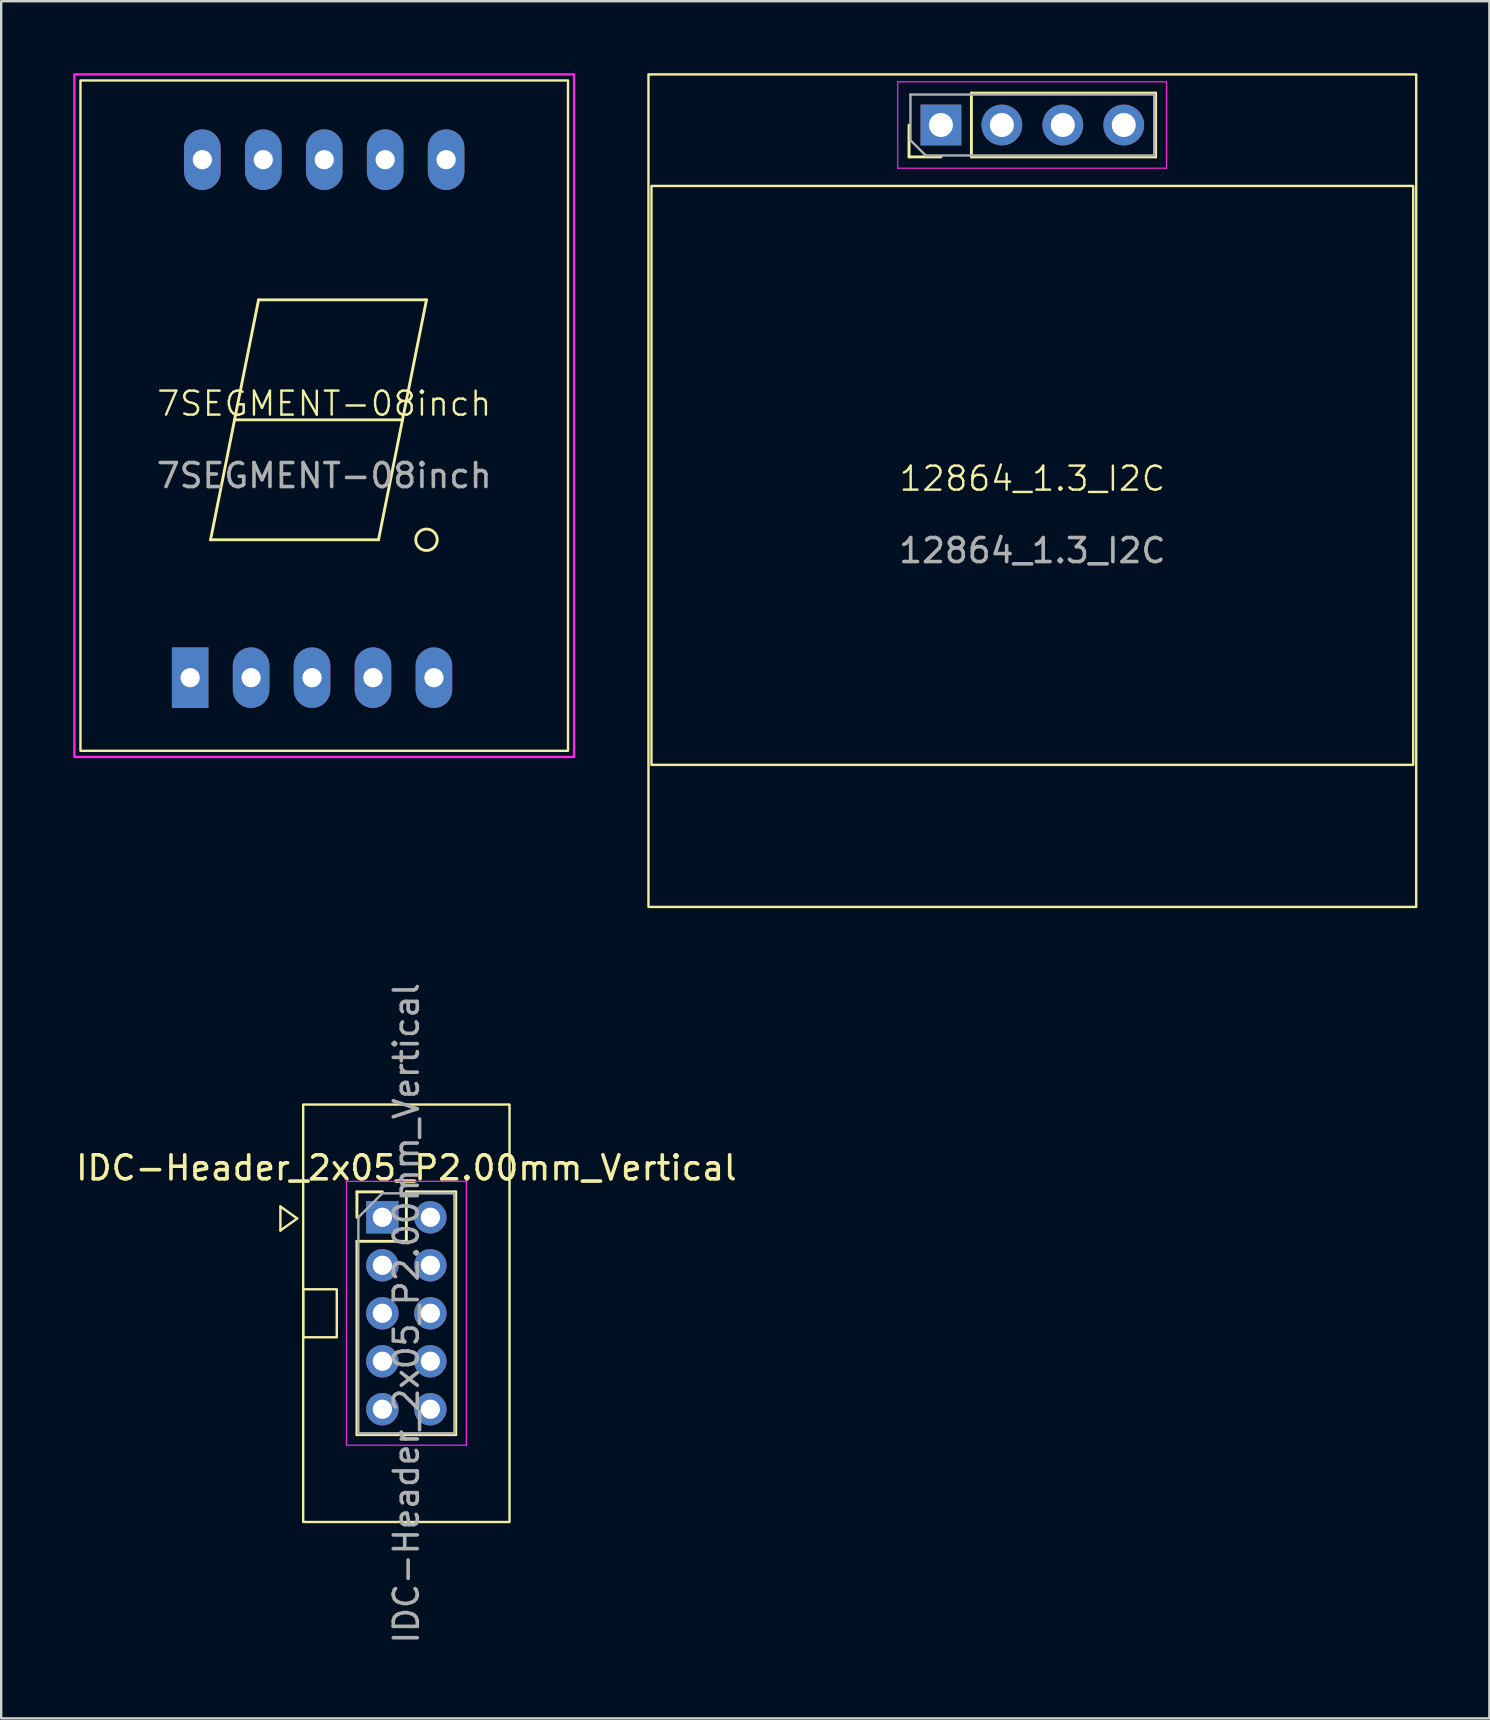
<source format=kicad_pcb>
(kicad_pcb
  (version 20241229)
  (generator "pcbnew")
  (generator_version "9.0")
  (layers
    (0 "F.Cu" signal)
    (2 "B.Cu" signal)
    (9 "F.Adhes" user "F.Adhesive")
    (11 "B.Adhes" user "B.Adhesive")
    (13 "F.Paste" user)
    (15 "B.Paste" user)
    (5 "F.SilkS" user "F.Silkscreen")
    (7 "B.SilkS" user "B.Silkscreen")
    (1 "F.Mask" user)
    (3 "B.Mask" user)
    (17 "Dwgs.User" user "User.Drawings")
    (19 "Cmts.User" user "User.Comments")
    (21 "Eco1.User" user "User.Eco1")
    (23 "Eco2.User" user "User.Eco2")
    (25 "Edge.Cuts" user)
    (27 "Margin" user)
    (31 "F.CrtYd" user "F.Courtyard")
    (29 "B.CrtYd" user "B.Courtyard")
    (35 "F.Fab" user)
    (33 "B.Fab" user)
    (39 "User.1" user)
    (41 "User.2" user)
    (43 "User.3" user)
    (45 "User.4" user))
  (footprint "IDC-Header_2x05_P2.00mm_Vertical"
    (layer "F.Cu")
    (at 12.887 47.687)
    (property "Reference" "IDC-Header_2x05_P2.00mm_Vertical" (at 1 -2.06 0) (layer "F.SilkS") (effects (font (size 1 1) (thickness 0.15))))
    (attr through_hole)
    (fp_line (start -4.25 -0.45) (end -4.25 0.55) (stroke (width 0.1) (type default)) (layer "F.SilkS"))
    (fp_line (start -4.25 0.55) (end -3.55 0.05) (stroke (width 0.1) (type default)) (layer "F.SilkS"))
    (fp_line (start -3.55 0.05) (end -4.25 -0.45) (stroke (width 0.1) (type default)) (layer "F.SilkS"))
    (fp_line (start -1.06 -1.06) (end 0 -1.06) (stroke (width 0.12) (type solid)) (layer "F.SilkS"))
    (fp_line (start -1.06 0) (end -1.06 -1.06) (stroke (width 0.12) (type solid)) (layer "F.SilkS"))
    (fp_line (start -1.06 1) (end -1.06 9.06) (stroke (width 0.12) (type solid)) (layer "F.SilkS"))
    (fp_line (start -1.06 1) (end 1 1) (stroke (width 0.12) (type solid)) (layer "F.SilkS"))
    (fp_line (start -1.06 9.06) (end 3.06 9.06) (stroke (width 0.12) (type solid)) (layer "F.SilkS"))
    (fp_line (start 1 -1.06) (end 3.06 -1.06) (stroke (width 0.12) (type solid)) (layer "F.SilkS"))
    (fp_line (start 1 1) (end 1 -1.06) (stroke (width 0.12) (type solid)) (layer "F.SilkS"))
    (fp_line (start 3.06 -1.06) (end 3.06 9.06) (stroke (width 0.12) (type solid)) (layer "F.SilkS"))
    (fp_rect (start -3.3 -4.7) (end 5.3 12.7) (stroke (width 0.1) (type default)) (fill no) (layer "F.SilkS"))
    (fp_rect (start -3.3 3) (end -1.9 5) (stroke (width 0.1) (type default)) (fill no) (layer "F.SilkS"))
    (fp_line (start -1.5 -1.5) (end -1.5 9.5) (stroke (width 0.05) (type solid)) (layer "F.CrtYd"))
    (fp_line (start -1.5 9.5) (end 3.5 9.5) (stroke (width 0.05) (type solid)) (layer "F.CrtYd"))
    (fp_line (start 3.5 -1.5) (end -1.5 -1.5) (stroke (width 0.05) (type solid)) (layer "F.CrtYd"))
    (fp_line (start 3.5 9.5) (end 3.5 -1.5) (stroke (width 0.05) (type solid)) (layer "F.CrtYd"))
    (fp_line (start -1 0) (end 0 -1) (stroke (width 0.1) (type solid)) (layer "F.Fab"))
    (fp_line (start -1 9) (end -1 0) (stroke (width 0.1) (type solid)) (layer "F.Fab"))
    (fp_line (start 0 -1) (end 3 -1) (stroke (width 0.1) (type solid)) (layer "F.Fab"))
    (fp_line (start 3 -1) (end 3 9) (stroke (width 0.1) (type solid)) (layer "F.Fab"))
    (fp_line (start 3 9) (end -1 9) (stroke (width 0.1) (type solid)) (layer "F.Fab"))
    (fp_text user "${REFERENCE}" (at 1 4 90) (layer "F.Fab") (effects (font (size 1 1) (thickness 0.15))))
    (pad "1" thru_hole rect (at 0 0) (size 1.35 1.35) (drill 0.8) (layers "*.Cu" "*.Mask"))
    (pad "2" thru_hole oval (at 2 0) (size 1.35 1.35) (drill 0.8) (layers "*.Cu" "*.Mask"))
    (pad "3" thru_hole oval (at 0 2) (size 1.35 1.35) (drill 0.8) (layers "*.Cu" "*.Mask"))
    (pad "4" thru_hole oval (at 2 2) (size 1.35 1.35) (drill 0.8) (layers "*.Cu" "*.Mask"))
    (pad "5" thru_hole oval (at 0 4) (size 1.35 1.35) (drill 0.8) (layers "*.Cu" "*.Mask"))
    (pad "6" thru_hole oval (at 2 4) (size 1.35 1.35) (drill 0.8) (layers "*.Cu" "*.Mask"))
    (pad "7" thru_hole oval (at 0 6) (size 1.35 1.35) (drill 0.8) (layers "*.Cu" "*.Mask"))
    (pad "8" thru_hole oval (at 2 6) (size 1.35 1.35) (drill 0.8) (layers "*.Cu" "*.Mask"))
    (pad "9" thru_hole oval (at 0 8) (size 1.35 1.35) (drill 0.8) (layers "*.Cu" "*.Mask"))
    (pad "10" thru_hole oval (at 2 8) (size 1.35 1.35) (drill 0.8) (layers "*.Cu" "*.Mask")))
  (footprint "7SEGMENT-08inch"
    (layer "F.Cu")
    (at 10.464 14.274)
    (property "Reference" "7SEGMENT-08inch" (at 0 -0.5 0) (unlocked yes) (layer "F.SilkS") (effects (font (size 1 1) (thickness 0.1))))
    (attr through_hole)
    (fp_line (start -4.738 5.174) (end 2.262 5.174) (stroke (width 0.12) (type solid)) (layer "F.SilkS"))
    (fp_line (start -3.738 0.174) (end -4.738 5.174) (stroke (width 0.12) (type solid)) (layer "F.SilkS"))
    (fp_line (start -2.738 -4.826) (end -3.738 0.174) (stroke (width 0.12) (type solid)) (layer "F.SilkS"))
    (fp_line (start -2.738 -4.826) (end 4.262 -4.826) (stroke (width 0.12) (type solid)) (layer "F.SilkS"))
    (fp_line (start 2.262 5.174) (end 3.262 0.174) (stroke (width 0.12) (type solid)) (layer "F.SilkS"))
    (fp_line (start 3.262 0.174) (end -3.738 0.174) (stroke (width 0.12) (type solid)) (layer "F.SilkS"))
    (fp_line (start 4.262 -4.826) (end 3.262 0.174) (stroke (width 0.12) (type solid)) (layer "F.SilkS"))
    (fp_rect (start -10.16 -13.97) (end 10.16 13.97) (stroke (width 0.1) (type default)) (fill no) (layer "F.SilkS"))
    (fp_circle (center 4.262 5.174) (end 4.262 4.727) (stroke (width 0.12) (type solid)) (fill no) (layer "F.SilkS"))
    (fp_rect (start 10.414 14.224) (end -10.414 -14.224) (stroke (width 0.1) (type default)) (fill no) (layer "F.CrtYd"))
    (fp_text user "${REFERENCE}" (at 0 2.5 0) (unlocked yes) (layer "F.Fab") (effects (font (size 1 1) (thickness 0.15))))
    (pad "1" thru_hole rect (at -5.588 10.922) (size 1.524 2.524) (drill 0.8) (layers "*.Cu" "*.Mask"))
    (pad "2" thru_hole oval (at -3.048 10.922) (size 1.524 2.524) (drill 0.8) (layers "*.Cu" "*.Mask"))
    (pad "3" thru_hole oval (at -0.508 10.922) (size 1.524 2.524) (drill 0.8) (layers "*.Cu" "*.Mask"))
    (pad "4" thru_hole oval (at 2.032 10.922) (size 1.524 2.524) (drill 0.8) (layers "*.Cu" "*.Mask"))
    (pad "5" thru_hole oval (at 4.572 10.922) (size 1.524 2.524) (drill 0.8) (layers "*.Cu" "*.Mask"))
    (pad "6" thru_hole oval (at 5.08 -10.668) (size 1.524 2.524) (drill 0.8) (layers "*.Cu" "*.Mask"))
    (pad "7" thru_hole oval (at 2.54 -10.668) (size 1.524 2.524) (drill 0.8) (layers "*.Cu" "*.Mask"))
    (pad "8" thru_hole oval (at 0 -10.668) (size 1.524 2.524) (drill 0.8) (layers "*.Cu" "*.Mask"))
    (pad "9" thru_hole oval (at -2.54 -10.668) (size 1.524 2.524) (drill 0.8) (layers "*.Cu" "*.Mask"))
    (pad "10" thru_hole oval (at -5.08 -10.668) (size 1.524 2.524) (drill 0.8) (layers "*.Cu" "*.Mask")))
  (footprint "12864_1.3_I2C"
    (layer "F.Cu")
    (at 39.978 17.4)
    (property "Reference" "12864_1.3_I2C" (at 0 -0.5 0) (unlocked yes) (layer "F.SilkS") (effects (font (size 1 1) (thickness 0.1))))
    (attr smd)
    (fp_line (start -5.14 -13.91) (end -5.14 -15.24) (stroke (width 0.12) (type solid)) (layer "F.SilkS"))
    (fp_line (start -3.81 -13.91) (end -5.14 -13.91) (stroke (width 0.12) (type solid)) (layer "F.SilkS"))
    (fp_line (start -2.54 -16.57) (end 5.14 -16.57) (stroke (width 0.12) (type solid)) (layer "F.SilkS"))
    (fp_line (start -2.54 -13.91) (end -2.54 -16.57) (stroke (width 0.12) (type solid)) (layer "F.SilkS"))
    (fp_line (start -2.54 -13.91) (end 5.14 -13.91) (stroke (width 0.12) (type solid)) (layer "F.SilkS"))
    (fp_line (start 5.14 -13.91) (end 5.14 -16.57) (stroke (width 0.12) (type solid)) (layer "F.SilkS"))
    (fp_rect (start -16 -17.35) (end 16 17.35) (stroke (width 0.1) (type default)) (fill no) (layer "F.SilkS"))
    (fp_rect (start 15.875 -12.7) (end -15.875 11.43) (stroke (width 0.1) (type default)) (fill no) (layer "F.SilkS"))
    (fp_line (start -5.61 -17.04) (end -5.61 -13.44) (stroke (width 0.05) (type solid)) (layer "F.CrtYd"))
    (fp_line (start -5.61 -13.44) (end 5.59 -13.44) (stroke (width 0.05) (type solid)) (layer "F.CrtYd"))
    (fp_line (start 5.59 -17.04) (end -5.61 -17.04) (stroke (width 0.05) (type solid)) (layer "F.CrtYd"))
    (fp_line (start 5.59 -13.44) (end 5.59 -17.04) (stroke (width 0.05) (type solid)) (layer "F.CrtYd"))
    (fp_line (start -5.08 -16.51) (end 5.08 -16.51) (stroke (width 0.1) (type solid)) (layer "F.Fab"))
    (fp_line (start -5.08 -14.605) (end -5.08 -16.51) (stroke (width 0.1) (type solid)) (layer "F.Fab"))
    (fp_line (start -4.445 -13.97) (end -5.08 -14.605) (stroke (width 0.1) (type solid)) (layer "F.Fab"))
    (fp_line (start 5.08 -16.51) (end 5.08 -13.97) (stroke (width 0.1) (type solid)) (layer "F.Fab"))
    (fp_line (start 5.08 -13.97) (end -4.445 -13.97) (stroke (width 0.1) (type solid)) (layer "F.Fab"))
    (fp_text user "${REFERENCE}" (at 0 2.5 0) (unlocked yes) (layer "F.Fab") (effects (font (size 1 1) (thickness 0.15))))
    (pad "1" thru_hole rect (at -3.81 -15.24 90) (size 1.7 1.7) (drill 1) (layers "*.Cu" "*.Mask"))
    (pad "2" thru_hole oval (at -1.27 -15.24 90) (size 1.7 1.7) (drill 1) (layers "*.Cu" "*.Mask"))
    (pad "3" thru_hole oval (at 1.27 -15.24 90) (size 1.7 1.7) (drill 1) (layers "*.Cu" "*.Mask"))
    (pad "4" thru_hole oval (at 3.81 -15.24 90) (size 1.7 1.7) (drill 1) (layers "*.Cu" "*.Mask")))
  (gr_rect
    (start -3 -3)
    (end 59.028 68.574)
    (stroke (width 0.1) (type default))
    (fill no)
    (layer "Edge.Cuts")))
</source>
